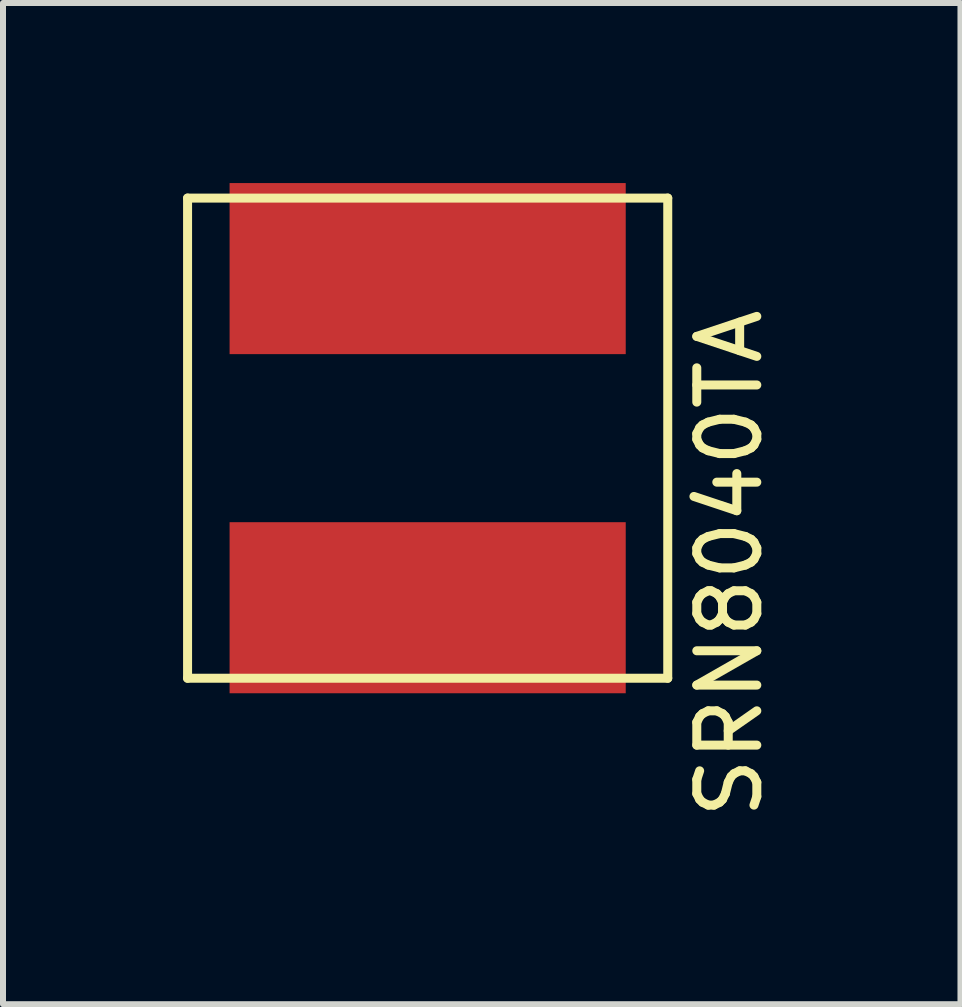
<source format=kicad_pcb>
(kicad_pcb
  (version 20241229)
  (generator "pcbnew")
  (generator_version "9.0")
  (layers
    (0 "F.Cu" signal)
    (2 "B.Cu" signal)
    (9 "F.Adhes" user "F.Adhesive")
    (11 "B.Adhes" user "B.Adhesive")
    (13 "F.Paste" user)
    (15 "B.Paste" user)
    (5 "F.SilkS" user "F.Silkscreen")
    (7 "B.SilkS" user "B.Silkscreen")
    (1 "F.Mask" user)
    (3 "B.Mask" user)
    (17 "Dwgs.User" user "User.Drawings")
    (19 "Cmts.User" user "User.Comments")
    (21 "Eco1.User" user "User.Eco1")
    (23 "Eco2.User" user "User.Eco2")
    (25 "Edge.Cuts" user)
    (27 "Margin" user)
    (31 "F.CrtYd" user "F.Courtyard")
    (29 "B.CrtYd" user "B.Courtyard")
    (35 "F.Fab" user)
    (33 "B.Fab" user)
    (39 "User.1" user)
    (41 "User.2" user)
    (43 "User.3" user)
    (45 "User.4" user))
  (footprint "SRN8040TA"
    (layer "F.Cu")
    (at 4.075 4.25)
    (property "Reference" "SRN8040TA" (at 5.029 2.09 90) (layer "F.SilkS") (effects (font (size 1 1) (thickness 0.15))))
    (attr through_hole)
    (fp_line (start -4 -4) (end -4 4) (stroke (width 0.15) (type solid)) (layer "F.SilkS"))
    (fp_line (start -4 -4) (end 4 -4) (stroke (width 0.15) (type solid)) (layer "F.SilkS"))
    (fp_line (start -4 4) (end 4 4) (stroke (width 0.15) (type solid)) (layer "F.SilkS"))
    (fp_line (start 4 4) (end 4 -4) (stroke (width 0.15) (type solid)) (layer "F.SilkS"))
    (pad "1" smd rect (at 0 -2.825) (size 6.6 2.85) (layers "F.Cu" "F.Mask" "F.Paste"))
    (pad "2" smd rect (at 0 2.825) (size 6.6 2.85) (layers "F.Cu" "F.Mask" "F.Paste")))
  (gr_rect
    (start -3 -3)
    (end 12.952 13.68)
    (stroke (width 0.1) (type default))
    (fill no)
    (layer "Edge.Cuts")))
</source>
